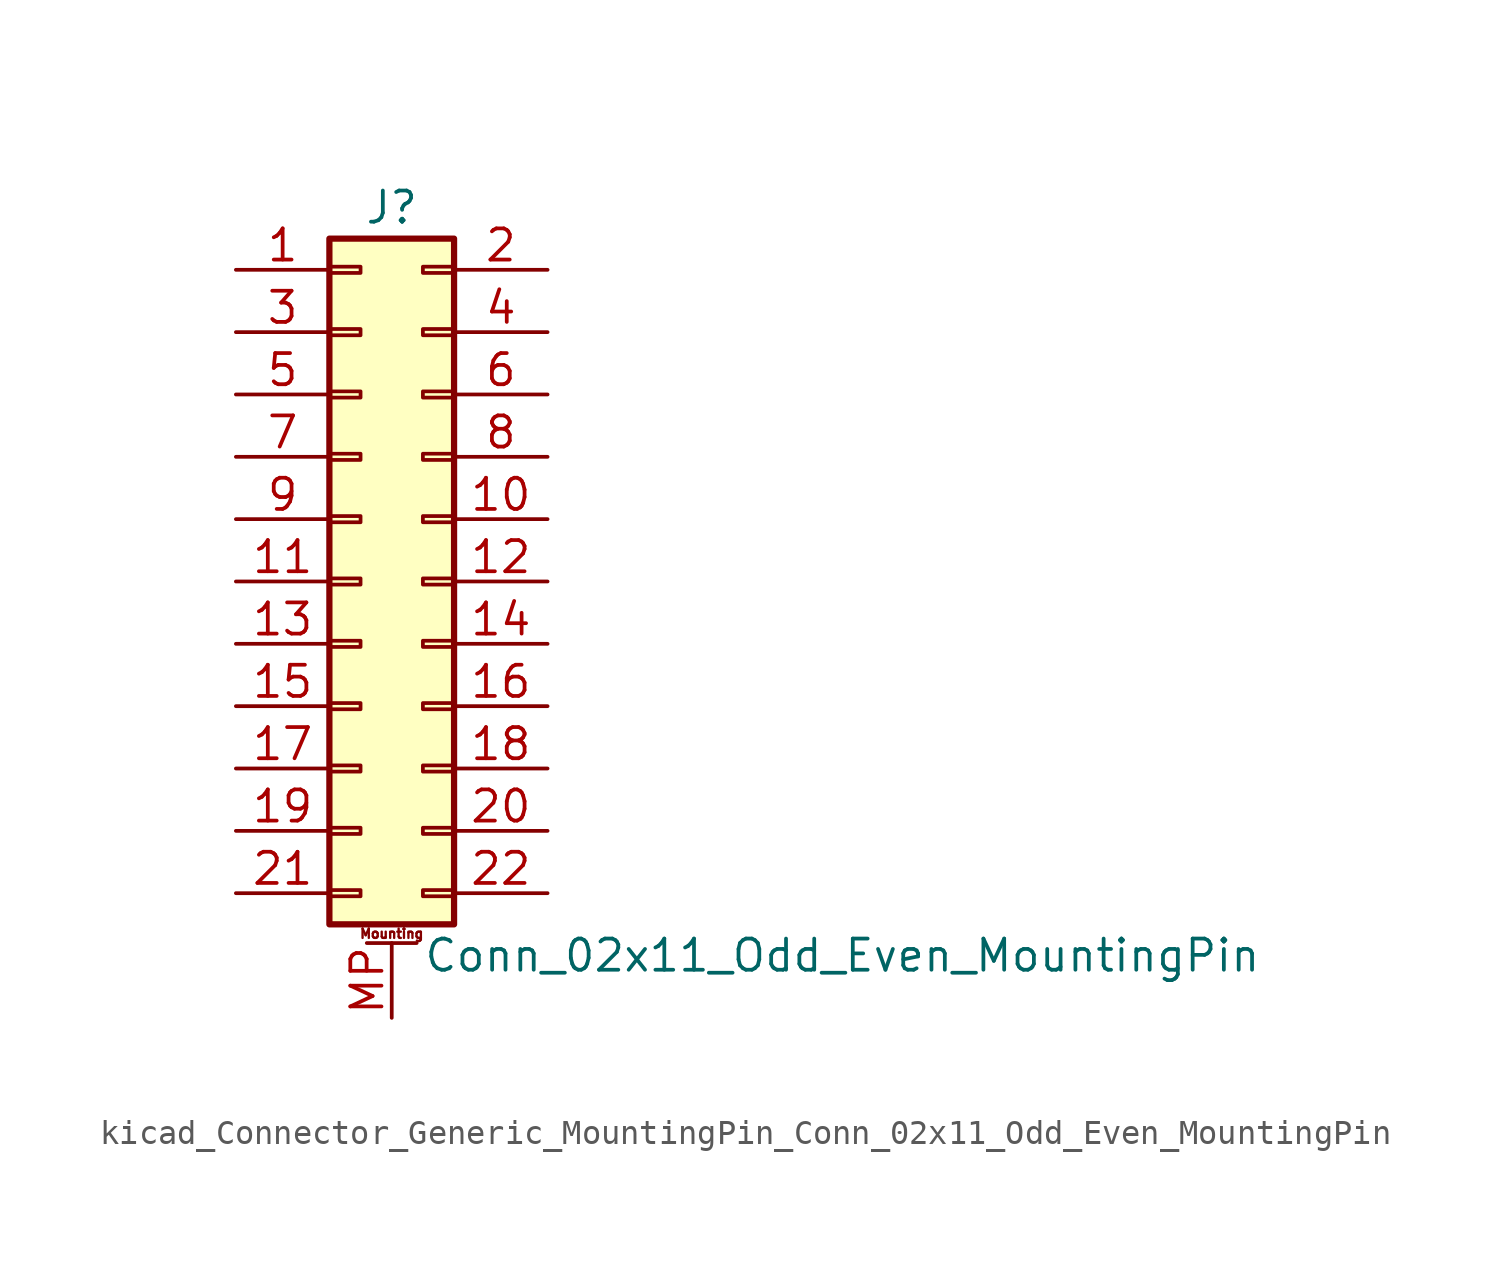
<source format=kicad_sym>
(kicad_symbol_lib
  (version 20220914)
  (generator kicad_symbol_editor)
  (symbol "kicad_Connector_Generic_MountingPin_Conn_02x11_Odd_Even_MountingPin"
    (pin_names
      (offset 1.016) hide)
    (property "Reference" "J"
      (at 1.27 15.24 0)
      (effects (font (size 1.27 1.27))))
    (property "Value" "Conn_02x11_Odd_Even_MountingPin"
      (at 2.54 -15.24 0)
      (effects (font (size 1.27 1.27)) (justify left)))
    (symbol "kicad_Connector_Generic_MountingPin_Conn_02x11_Odd_Even_MountingPin_1_1"
      (rectangle (start -1.27 -12.573) (end 0 -12.827) (stroke (width 0.152) (type default)) (fill (type none)))
      (rectangle (start -1.27 -10.033) (end 0 -10.287) (stroke (width 0.152) (type default)) (fill (type none)))
      (rectangle (start -1.27 -7.493) (end 0 -7.747) (stroke (width 0.152) (type default)) (fill (type none)))
      (rectangle (start -1.27 -4.953) (end 0 -5.207) (stroke (width 0.152) (type default)) (fill (type none)))
      (rectangle (start -1.27 -2.413) (end 0 -2.667) (stroke (width 0.152) (type default)) (fill (type none)))
      (rectangle (start -1.27 0.127) (end 0 -0.127) (stroke (width 0.152) (type default)) (fill (type none)))
      (rectangle (start -1.27 2.667) (end 0 2.413) (stroke (width 0.152) (type default)) (fill (type none)))
      (rectangle (start -1.27 5.207) (end 0 4.953) (stroke (width 0.152) (type default)) (fill (type none)))
      (rectangle (start -1.27 7.747) (end 0 7.493) (stroke (width 0.152) (type default)) (fill (type none)))
      (rectangle (start -1.27 10.287) (end 0 10.033) (stroke (width 0.152) (type default)) (fill (type none)))
      (rectangle (start -1.27 12.827) (end 0 12.573) (stroke (width 0.152) (type default)) (fill (type none)))
      (rectangle (start -1.27 13.97) (end 3.81 -13.97) (stroke (width 0.254) (type default)) (fill (type background)))
      (polyline (pts (xy 0.254 -14.732) (xy 2.286 -14.732)) (stroke (width 0.152) (type default)) (fill (type none)))
      (rectangle (start 3.81 -12.573) (end 2.54 -12.827) (stroke (width 0.152) (type default)) (fill (type none)))
      (rectangle (start 3.81 -10.033) (end 2.54 -10.287) (stroke (width 0.152) (type default)) (fill (type none)))
      (rectangle (start 3.81 -7.493) (end 2.54 -7.747) (stroke (width 0.152) (type default)) (fill (type none)))
      (rectangle (start 3.81 -4.953) (end 2.54 -5.207) (stroke (width 0.152) (type default)) (fill (type none)))
      (rectangle (start 3.81 -2.413) (end 2.54 -2.667) (stroke (width 0.152) (type default)) (fill (type none)))
      (rectangle (start 3.81 0.127) (end 2.54 -0.127) (stroke (width 0.152) (type default)) (fill (type none)))
      (rectangle (start 3.81 2.667) (end 2.54 2.413) (stroke (width 0.152) (type default)) (fill (type none)))
      (rectangle (start 3.81 5.207) (end 2.54 4.953) (stroke (width 0.152) (type default)) (fill (type none)))
      (rectangle (start 3.81 7.747) (end 2.54 7.493) (stroke (width 0.152) (type default)) (fill (type none)))
      (rectangle (start 3.81 10.287) (end 2.54 10.033) (stroke (width 0.152) (type default)) (fill (type none)))
      (rectangle (start 3.81 12.827) (end 2.54 12.573) (stroke (width 0.152) (type default)) (fill (type none)))
      (text "Mounting" (at 1.27 -14.351 0) (effects (font (size 0.381 0.381))))
      (pin passive line (at -5.08 12.7 0) (length 3.81) (name "Pin_1" (effects (font (size 1.27 1.27)))) (number "1" (effects (font (size 1.27 1.27)))))
      (pin passive line (at 7.62 2.54 180) (length 3.81) (name "Pin_10" (effects (font (size 1.27 1.27)))) (number "10" (effects (font (size 1.27 1.27)))))
      (pin passive line (at -5.08 0 0) (length 3.81) (name "Pin_11" (effects (font (size 1.27 1.27)))) (number "11" (effects (font (size 1.27 1.27)))))
      (pin passive line (at 7.62 0 180) (length 3.81) (name "Pin_12" (effects (font (size 1.27 1.27)))) (number "12" (effects (font (size 1.27 1.27)))))
      (pin passive line (at -5.08 -2.54 0) (length 3.81) (name "Pin_13" (effects (font (size 1.27 1.27)))) (number "13" (effects (font (size 1.27 1.27)))))
      (pin passive line (at 7.62 -2.54 180) (length 3.81) (name "Pin_14" (effects (font (size 1.27 1.27)))) (number "14" (effects (font (size 1.27 1.27)))))
      (pin passive line (at -5.08 -5.08 0) (length 3.81) (name "Pin_15" (effects (font (size 1.27 1.27)))) (number "15" (effects (font (size 1.27 1.27)))))
      (pin passive line (at 7.62 -5.08 180) (length 3.81) (name "Pin_16" (effects (font (size 1.27 1.27)))) (number "16" (effects (font (size 1.27 1.27)))))
      (pin passive line (at -5.08 -7.62 0) (length 3.81) (name "Pin_17" (effects (font (size 1.27 1.27)))) (number "17" (effects (font (size 1.27 1.27)))))
      (pin passive line (at 7.62 -7.62 180) (length 3.81) (name "Pin_18" (effects (font (size 1.27 1.27)))) (number "18" (effects (font (size 1.27 1.27)))))
      (pin passive line (at -5.08 -10.16 0) (length 3.81) (name "Pin_19" (effects (font (size 1.27 1.27)))) (number "19" (effects (font (size 1.27 1.27)))))
      (pin passive line (at 7.62 12.7 180) (length 3.81) (name "Pin_2" (effects (font (size 1.27 1.27)))) (number "2" (effects (font (size 1.27 1.27)))))
      (pin passive line (at 7.62 -10.16 180) (length 3.81) (name "Pin_20" (effects (font (size 1.27 1.27)))) (number "20" (effects (font (size 1.27 1.27)))))
      (pin passive line (at -5.08 -12.7 0) (length 3.81) (name "Pin_21" (effects (font (size 1.27 1.27)))) (number "21" (effects (font (size 1.27 1.27)))))
      (pin passive line (at 7.62 -12.7 180) (length 3.81) (name "Pin_22" (effects (font (size 1.27 1.27)))) (number "22" (effects (font (size 1.27 1.27)))))
      (pin passive line (at -5.08 10.16 0) (length 3.81) (name "Pin_3" (effects (font (size 1.27 1.27)))) (number "3" (effects (font (size 1.27 1.27)))))
      (pin passive line (at 7.62 10.16 180) (length 3.81) (name "Pin_4" (effects (font (size 1.27 1.27)))) (number "4" (effects (font (size 1.27 1.27)))))
      (pin passive line (at -5.08 7.62 0) (length 3.81) (name "Pin_5" (effects (font (size 1.27 1.27)))) (number "5" (effects (font (size 1.27 1.27)))))
      (pin passive line (at 7.62 7.62 180) (length 3.81) (name "Pin_6" (effects (font (size 1.27 1.27)))) (number "6" (effects (font (size 1.27 1.27)))))
      (pin passive line (at -5.08 5.08 0) (length 3.81) (name "Pin_7" (effects (font (size 1.27 1.27)))) (number "7" (effects (font (size 1.27 1.27)))))
      (pin passive line (at 7.62 5.08 180) (length 3.81) (name "Pin_8" (effects (font (size 1.27 1.27)))) (number "8" (effects (font (size 1.27 1.27)))))
      (pin passive line (at -5.08 2.54 0) (length 3.81) (name "Pin_9" (effects (font (size 1.27 1.27)))) (number "9" (effects (font (size 1.27 1.27)))))
      (pin passive line (at 1.27 -17.78 90) (length 3.048) (name "MountPin" (effects (font (size 1.27 1.27)))) (number "MP" (effects (font (size 1.27 1.27))))))))
</source>
